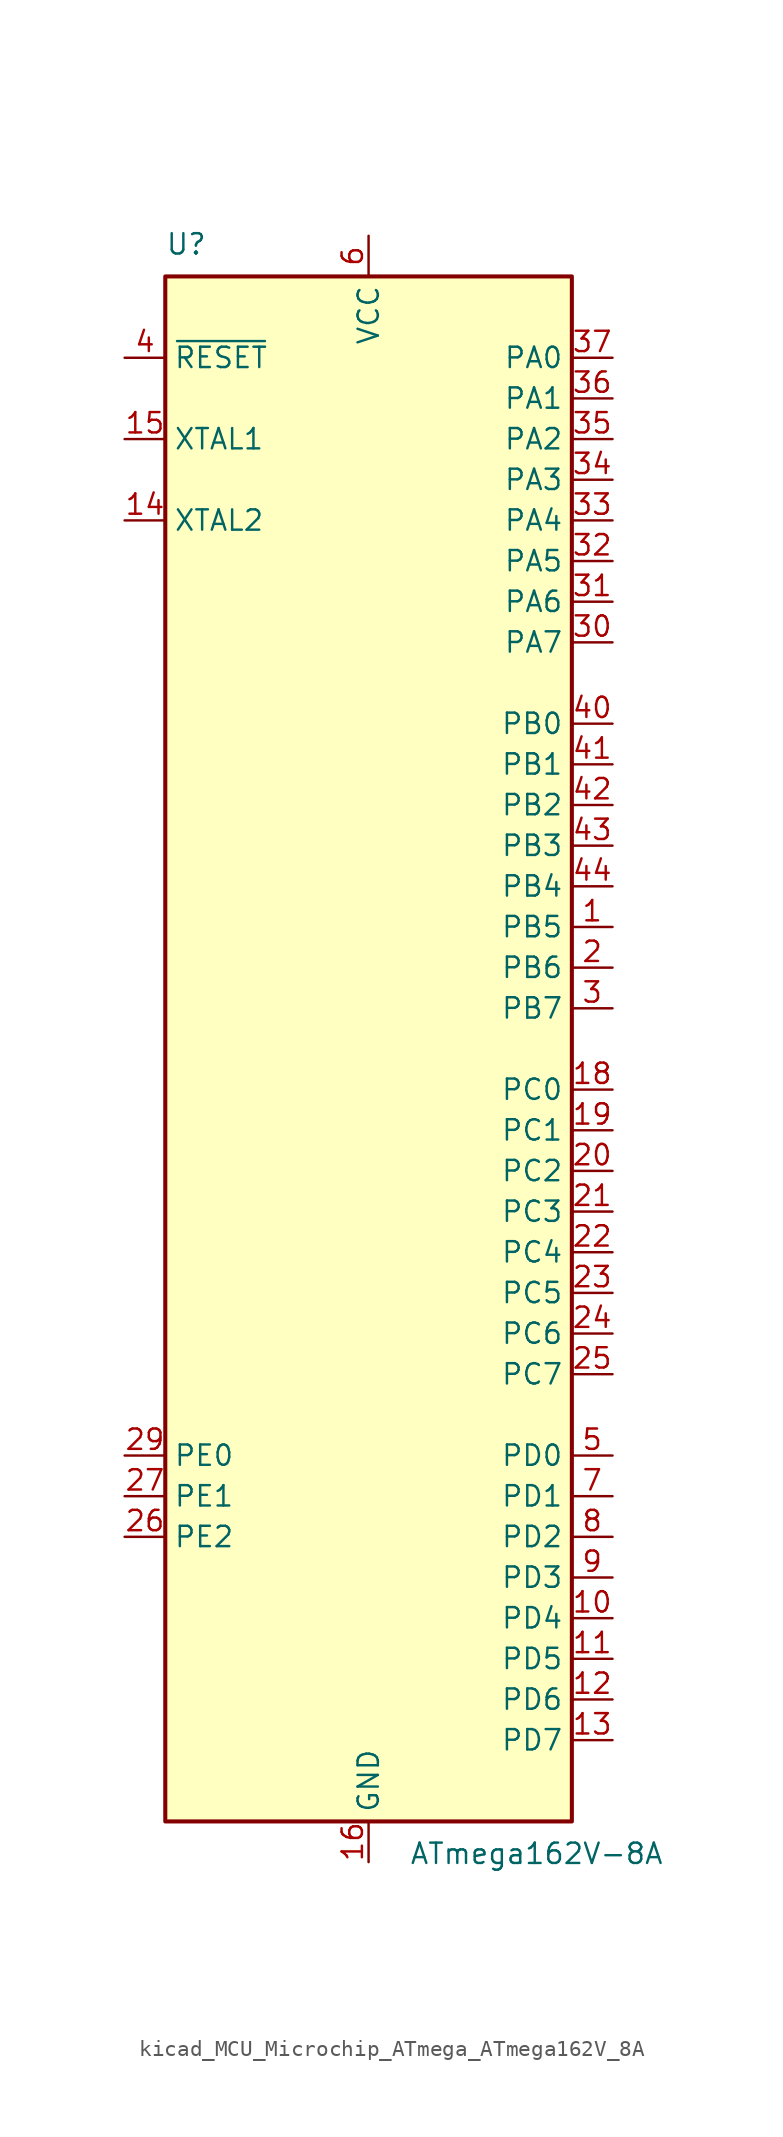
<source format=kicad_sym>
(kicad_symbol_lib
  (version 20220914)
  (generator kicad_symbol_editor)
  (symbol "kicad_MCU_Microchip_ATmega_ATmega162V_8A"
    (property "Reference" "U"
      (at -12.7 49.53 0)
      (effects (font (size 1.27 1.27)) (justify left bottom)))
    (property "Value" "ATmega162V-8A"
      (at 2.54 -49.53 0)
      (effects (font (size 1.27 1.27)) (justify left top)))
    (symbol "kicad_MCU_Microchip_ATmega_ATmega162V_8A_0_1"
      (rectangle (start -12.7 -48.26) (end 12.7 48.26) (stroke (width 0.254) (type default)) (fill (type background))))
    (symbol "kicad_MCU_Microchip_ATmega_ATmega162V_8A_1_1"
      (pin bidirectional line (at 15.24 7.62 180) (length 2.54) (name "PB5" (effects (font (size 1.27 1.27)))) (number "1" (effects (font (size 1.27 1.27)))))
      (pin bidirectional line (at 15.24 -35.56 180) (length 2.54) (name "PD4" (effects (font (size 1.27 1.27)))) (number "10" (effects (font (size 1.27 1.27)))))
      (pin bidirectional line (at 15.24 -38.1 180) (length 2.54) (name "PD5" (effects (font (size 1.27 1.27)))) (number "11" (effects (font (size 1.27 1.27)))))
      (pin bidirectional line (at 15.24 -40.64 180) (length 2.54) (name "PD6" (effects (font (size 1.27 1.27)))) (number "12" (effects (font (size 1.27 1.27)))))
      (pin bidirectional line (at 15.24 -43.18 180) (length 2.54) (name "PD7" (effects (font (size 1.27 1.27)))) (number "13" (effects (font (size 1.27 1.27)))))
      (pin output line (at -15.24 33.02 0) (length 2.54) (name "XTAL2" (effects (font (size 1.27 1.27)))) (number "14" (effects (font (size 1.27 1.27)))))
      (pin input line (at -15.24 38.1 0) (length 2.54) (name "XTAL1" (effects (font (size 1.27 1.27)))) (number "15" (effects (font (size 1.27 1.27)))))
      (pin power_in line (at 0 -50.8 90) (length 2.54) (name "GND" (effects (font (size 1.27 1.27)))) (number "16" (effects (font (size 1.27 1.27)))))
      (pin passive line (at 0 50.8 270) (length 2.54) hide (name "VCC" (effects (font (size 1.27 1.27)))) (number "17" (effects (font (size 1.27 1.27)))))
      (pin bidirectional line (at 15.24 -2.54 180) (length 2.54) (name "PC0" (effects (font (size 1.27 1.27)))) (number "18" (effects (font (size 1.27 1.27)))))
      (pin bidirectional line (at 15.24 -5.08 180) (length 2.54) (name "PC1" (effects (font (size 1.27 1.27)))) (number "19" (effects (font (size 1.27 1.27)))))
      (pin bidirectional line (at 15.24 5.08 180) (length 2.54) (name "PB6" (effects (font (size 1.27 1.27)))) (number "2" (effects (font (size 1.27 1.27)))))
      (pin bidirectional line (at 15.24 -7.62 180) (length 2.54) (name "PC2" (effects (font (size 1.27 1.27)))) (number "20" (effects (font (size 1.27 1.27)))))
      (pin bidirectional line (at 15.24 -10.16 180) (length 2.54) (name "PC3" (effects (font (size 1.27 1.27)))) (number "21" (effects (font (size 1.27 1.27)))))
      (pin bidirectional line (at 15.24 -12.7 180) (length 2.54) (name "PC4" (effects (font (size 1.27 1.27)))) (number "22" (effects (font (size 1.27 1.27)))))
      (pin bidirectional line (at 15.24 -15.24 180) (length 2.54) (name "PC5" (effects (font (size 1.27 1.27)))) (number "23" (effects (font (size 1.27 1.27)))))
      (pin bidirectional line (at 15.24 -17.78 180) (length 2.54) (name "PC6" (effects (font (size 1.27 1.27)))) (number "24" (effects (font (size 1.27 1.27)))))
      (pin bidirectional line (at 15.24 -20.32 180) (length 2.54) (name "PC7" (effects (font (size 1.27 1.27)))) (number "25" (effects (font (size 1.27 1.27)))))
      (pin bidirectional line (at -15.24 -30.48 0) (length 2.54) (name "PE2" (effects (font (size 1.27 1.27)))) (number "26" (effects (font (size 1.27 1.27)))))
      (pin bidirectional line (at -15.24 -27.94 0) (length 2.54) (name "PE1" (effects (font (size 1.27 1.27)))) (number "27" (effects (font (size 1.27 1.27)))))
      (pin passive line (at 0 -50.8 90) (length 2.54) hide (name "GND" (effects (font (size 1.27 1.27)))) (number "28" (effects (font (size 1.27 1.27)))))
      (pin bidirectional line (at -15.24 -25.4 0) (length 2.54) (name "PE0" (effects (font (size 1.27 1.27)))) (number "29" (effects (font (size 1.27 1.27)))))
      (pin bidirectional line (at 15.24 2.54 180) (length 2.54) (name "PB7" (effects (font (size 1.27 1.27)))) (number "3" (effects (font (size 1.27 1.27)))))
      (pin bidirectional line (at 15.24 25.4 180) (length 2.54) (name "PA7" (effects (font (size 1.27 1.27)))) (number "30" (effects (font (size 1.27 1.27)))))
      (pin bidirectional line (at 15.24 27.94 180) (length 2.54) (name "PA6" (effects (font (size 1.27 1.27)))) (number "31" (effects (font (size 1.27 1.27)))))
      (pin bidirectional line (at 15.24 30.48 180) (length 2.54) (name "PA5" (effects (font (size 1.27 1.27)))) (number "32" (effects (font (size 1.27 1.27)))))
      (pin bidirectional line (at 15.24 33.02 180) (length 2.54) (name "PA4" (effects (font (size 1.27 1.27)))) (number "33" (effects (font (size 1.27 1.27)))))
      (pin bidirectional line (at 15.24 35.56 180) (length 2.54) (name "PA3" (effects (font (size 1.27 1.27)))) (number "34" (effects (font (size 1.27 1.27)))))
      (pin bidirectional line (at 15.24 38.1 180) (length 2.54) (name "PA2" (effects (font (size 1.27 1.27)))) (number "35" (effects (font (size 1.27 1.27)))))
      (pin bidirectional line (at 15.24 40.64 180) (length 2.54) (name "PA1" (effects (font (size 1.27 1.27)))) (number "36" (effects (font (size 1.27 1.27)))))
      (pin bidirectional line (at 15.24 43.18 180) (length 2.54) (name "PA0" (effects (font (size 1.27 1.27)))) (number "37" (effects (font (size 1.27 1.27)))))
      (pin passive line (at 0 50.8 270) (length 2.54) hide (name "VCC" (effects (font (size 1.27 1.27)))) (number "38" (effects (font (size 1.27 1.27)))))
      (pin passive line (at 0 -50.8 90) (length 2.54) hide (name "GND" (effects (font (size 1.27 1.27)))) (number "39" (effects (font (size 1.27 1.27)))))
      (pin input line (at -15.24 43.18 0) (length 2.54) (name "~{RESET}" (effects (font (size 1.27 1.27)))) (number "4" (effects (font (size 1.27 1.27)))))
      (pin bidirectional line (at 15.24 20.32 180) (length 2.54) (name "PB0" (effects (font (size 1.27 1.27)))) (number "40" (effects (font (size 1.27 1.27)))))
      (pin bidirectional line (at 15.24 17.78 180) (length 2.54) (name "PB1" (effects (font (size 1.27 1.27)))) (number "41" (effects (font (size 1.27 1.27)))))
      (pin bidirectional line (at 15.24 15.24 180) (length 2.54) (name "PB2" (effects (font (size 1.27 1.27)))) (number "42" (effects (font (size 1.27 1.27)))))
      (pin bidirectional line (at 15.24 12.7 180) (length 2.54) (name "PB3" (effects (font (size 1.27 1.27)))) (number "43" (effects (font (size 1.27 1.27)))))
      (pin bidirectional line (at 15.24 10.16 180) (length 2.54) (name "PB4" (effects (font (size 1.27 1.27)))) (number "44" (effects (font (size 1.27 1.27)))))
      (pin bidirectional line (at 15.24 -25.4 180) (length 2.54) (name "PD0" (effects (font (size 1.27 1.27)))) (number "5" (effects (font (size 1.27 1.27)))))
      (pin power_in line (at 0 50.8 270) (length 2.54) (name "VCC" (effects (font (size 1.27 1.27)))) (number "6" (effects (font (size 1.27 1.27)))))
      (pin bidirectional line (at 15.24 -27.94 180) (length 2.54) (name "PD1" (effects (font (size 1.27 1.27)))) (number "7" (effects (font (size 1.27 1.27)))))
      (pin bidirectional line (at 15.24 -30.48 180) (length 2.54) (name "PD2" (effects (font (size 1.27 1.27)))) (number "8" (effects (font (size 1.27 1.27)))))
      (pin bidirectional line (at 15.24 -33.02 180) (length 2.54) (name "PD3" (effects (font (size 1.27 1.27)))) (number "9" (effects (font (size 1.27 1.27))))))))
</source>
